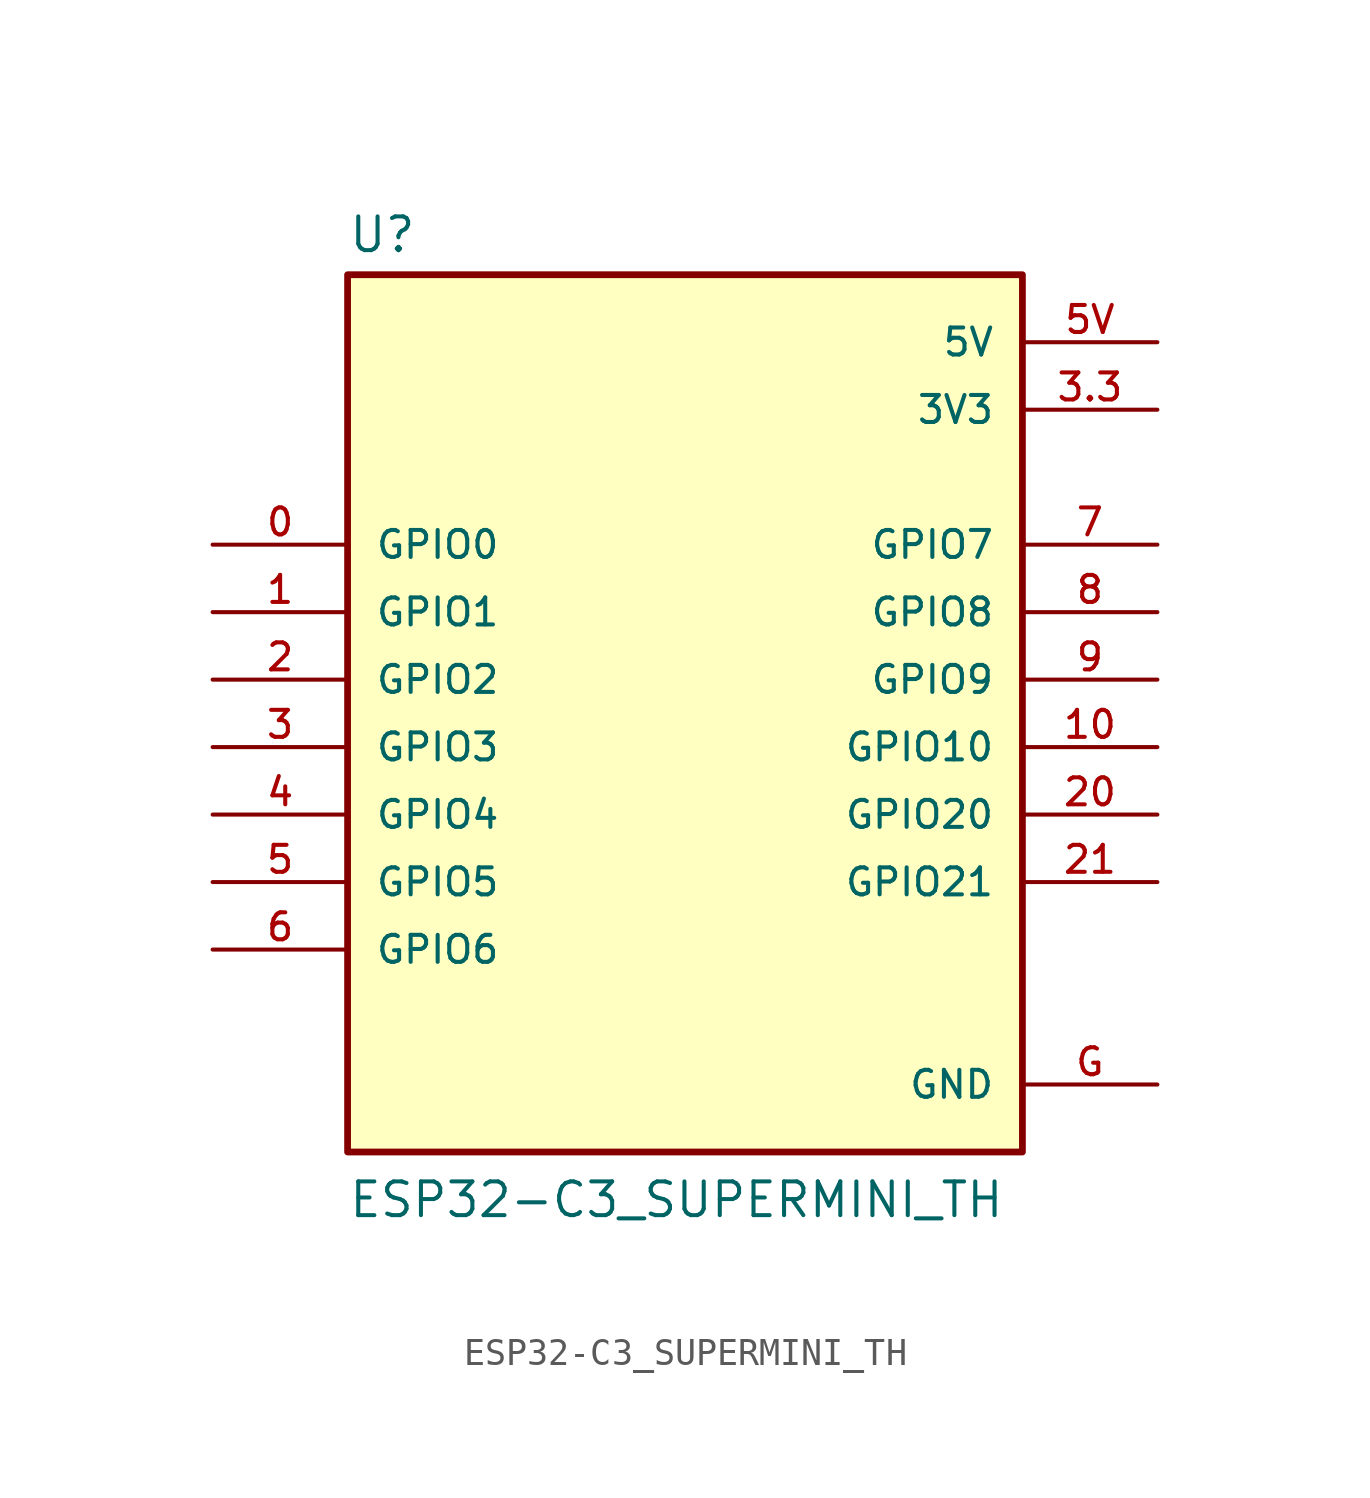
<source format=kicad_sym>
(kicad_symbol_lib
  (version 20241209)
  (generator "kicad_symbol_editor")
  (generator_version "9.0")
  (symbol "ESP32-C3_SUPERMINI_TH"
    (pin_names
      (offset 1.016))
    (property "Reference" "U"
      (at -12.7 16.002 0)
      (effects (font (size 1.27 1.27)) (justify left bottom)))
    (property "Value" "ESP32-C3_SUPERMINI_TH"
      (at -12.7 -20.32 0)
      (effects (font (size 1.27 1.27)) (justify left bottom)))
    (symbol "ESP32-C3_SUPERMINI_TH_0_0"
      (rectangle (start -12.7 15.24) (end 12.7 -17.78) (stroke (width 0.254) (type default)) (fill (type background)))
      (pin bidirectional line (at -17.78 5.08 0) (length 5.08) (name "GPIO0" (effects (font (size 1.016 1.016)))) (number "0" (effects (font (size 1.016 1.016)))))
      (pin bidirectional line (at -17.78 2.54 0) (length 5.08) (name "GPIO1" (effects (font (size 1.016 1.016)))) (number "1" (effects (font (size 1.016 1.016)))))
      (pin bidirectional line (at -17.78 0 0) (length 5.08) (name "GPIO2" (effects (font (size 1.016 1.016)))) (number "2" (effects (font (size 1.016 1.016)))))
      (pin bidirectional line (at -17.78 -2.54 0) (length 5.08) (name "GPIO3" (effects (font (size 1.016 1.016)))) (number "3" (effects (font (size 1.016 1.016)))))
      (pin bidirectional line (at -17.78 -5.08 0) (length 5.08) (name "GPIO4" (effects (font (size 1.016 1.016)))) (number "4" (effects (font (size 1.016 1.016)))))
      (pin bidirectional line (at -17.78 -7.62 0) (length 5.08) (name "GPIO5" (effects (font (size 1.016 1.016)))) (number "5" (effects (font (size 1.016 1.016)))))
      (pin bidirectional line (at -17.78 -10.16 0) (length 5.08) (name "GPIO6" (effects (font (size 1.016 1.016)))) (number "6" (effects (font (size 1.016 1.016)))))
      (pin power_in line (at 17.78 12.7 180) (length 5.08) (name "5V" (effects (font (size 1.016 1.016)))) (number "5V" (effects (font (size 1.016 1.016)))))
      (pin power_in line (at 17.78 10.16 180) (length 5.08) (name "3V3" (effects (font (size 1.016 1.016)))) (number "3.3" (effects (font (size 1.016 1.016)))))
      (pin bidirectional line (at 17.78 5.08 180) (length 5.08) (name "GPIO7" (effects (font (size 1.016 1.016)))) (number "7" (effects (font (size 1.016 1.016)))))
      (pin bidirectional line (at 17.78 2.54 180) (length 5.08) (name "GPIO8" (effects (font (size 1.016 1.016)))) (number "8" (effects (font (size 1.016 1.016)))))
      (pin bidirectional line (at 17.78 0 180) (length 5.08) (name "GPIO9" (effects (font (size 1.016 1.016)))) (number "9" (effects (font (size 1.016 1.016)))))
      (pin bidirectional line (at 17.78 -2.54 180) (length 5.08) (name "GPIO10" (effects (font (size 1.016 1.016)))) (number "10" (effects (font (size 1.016 1.016)))))
      (pin bidirectional line (at 17.78 -5.08 180) (length 5.08) (name "GPIO20" (effects (font (size 1.016 1.016)))) (number "20" (effects (font (size 1.016 1.016)))))
      (pin bidirectional line (at 17.78 -7.62 180) (length 5.08) (name "GPIO21" (effects (font (size 1.016 1.016)))) (number "21" (effects (font (size 1.016 1.016)))))
      (pin power_in line (at 17.78 -15.24 180) (length 5.08) (name "GND" (effects (font (size 1.016 1.016)))) (number "G" (effects (font (size 1.016 1.016))))))))
</source>
